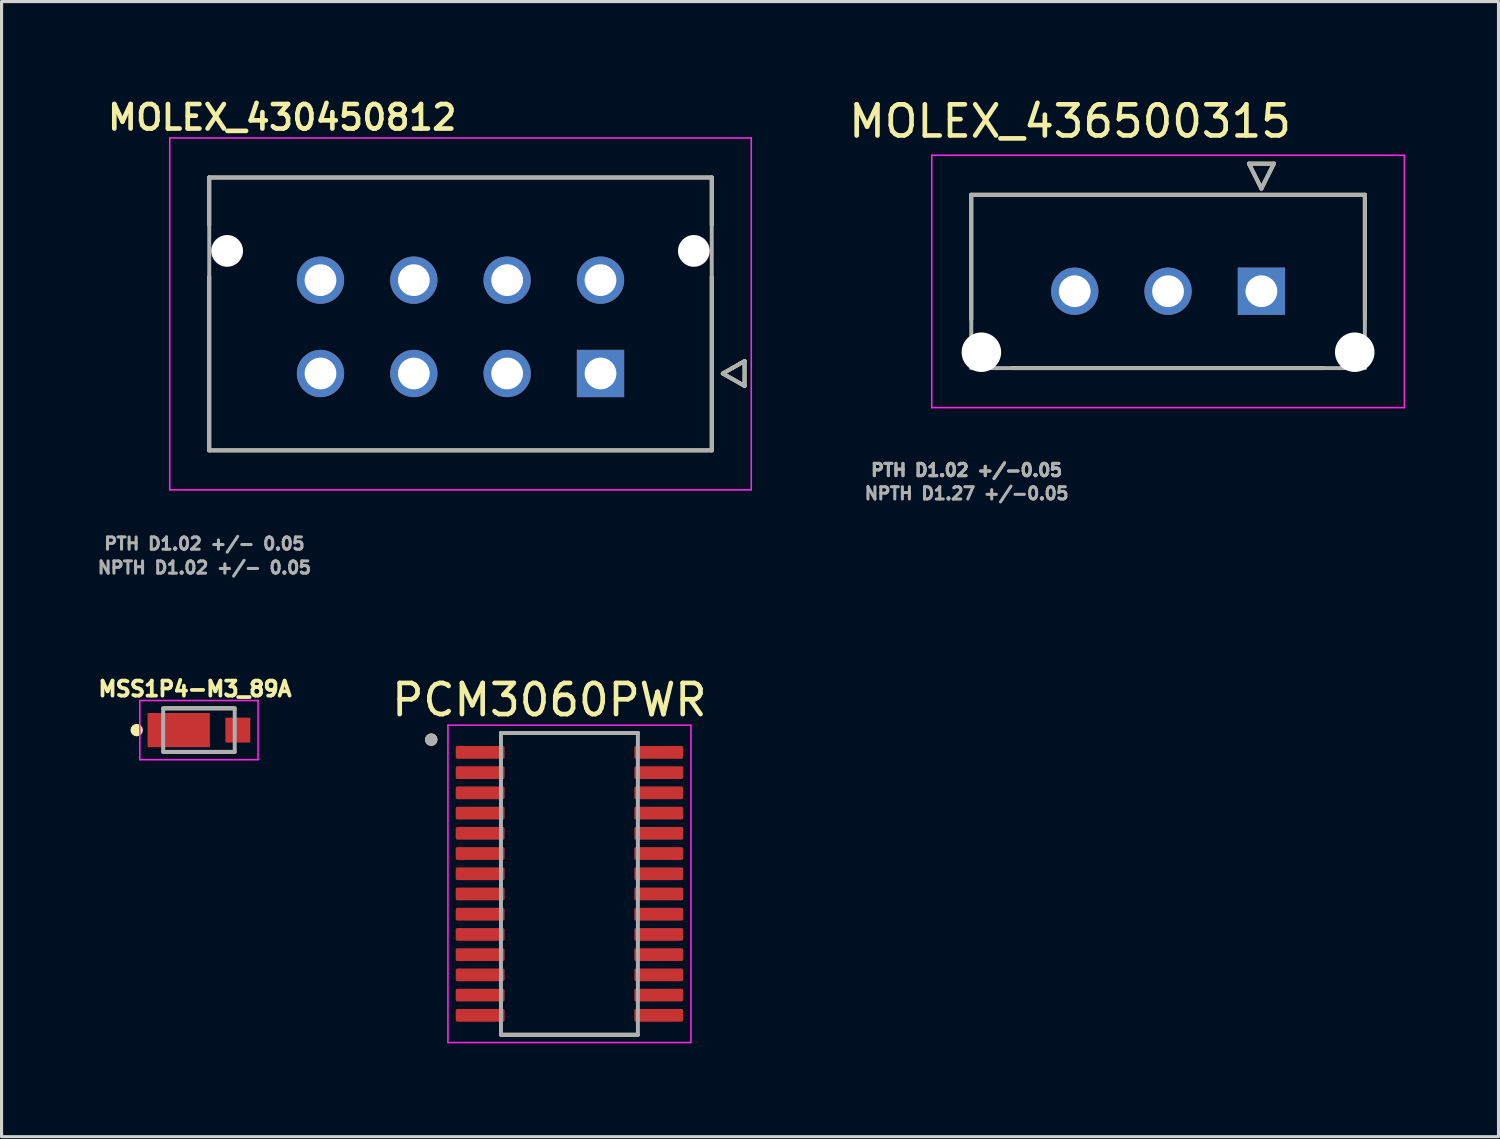
<source format=kicad_pcb>
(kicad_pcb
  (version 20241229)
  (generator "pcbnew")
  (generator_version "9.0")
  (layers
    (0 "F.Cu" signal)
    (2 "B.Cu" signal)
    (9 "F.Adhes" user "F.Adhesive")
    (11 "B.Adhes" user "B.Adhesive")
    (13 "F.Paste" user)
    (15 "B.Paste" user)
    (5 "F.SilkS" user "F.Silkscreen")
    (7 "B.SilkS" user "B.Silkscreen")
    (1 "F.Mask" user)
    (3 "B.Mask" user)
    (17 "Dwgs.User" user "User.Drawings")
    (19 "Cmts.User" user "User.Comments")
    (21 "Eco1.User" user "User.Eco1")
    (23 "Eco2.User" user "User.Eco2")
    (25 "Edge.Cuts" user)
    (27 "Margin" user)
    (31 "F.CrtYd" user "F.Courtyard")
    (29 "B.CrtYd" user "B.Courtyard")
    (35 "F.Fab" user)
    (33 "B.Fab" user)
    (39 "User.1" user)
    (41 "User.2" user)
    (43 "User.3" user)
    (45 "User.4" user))
  (footprint "MSS1P4-M3_89A"
    (layer "F.Cu")
    (at 3.344 20.415)
    (property "Reference" "MSS1P4-M3_89A" (at -0.127 -1.325 0) (layer "F.SilkS") (effects (font (size 0.482 0.482) (thickness 0.12))))
    (attr smd)
    (fp_line (start -1.1 -0.7) (end 1.1 -0.7) (stroke (width 0.127) (type solid)) (layer "F.SilkS"))
    (fp_line (start 1.1 0.7) (end -1.1 0.7) (stroke (width 0.127) (type solid)) (layer "F.SilkS"))
    (fp_circle (center -2 0) (end -1.9 0) (stroke (width 0.2) (type solid)) (fill no) (layer "F.SilkS"))
    (fp_line (start -1.9 -0.95) (end 1.9 -0.95) (stroke (width 0.05) (type solid)) (layer "F.CrtYd"))
    (fp_line (start -1.9 0.95) (end -1.9 -0.95) (stroke (width 0.05) (type solid)) (layer "F.CrtYd"))
    (fp_line (start 1.9 -0.95) (end 1.9 0.95) (stroke (width 0.05) (type solid)) (layer "F.CrtYd"))
    (fp_line (start 1.9 0.95) (end -1.9 0.95) (stroke (width 0.05) (type solid)) (layer "F.CrtYd"))
    (fp_line (start -1.15 -0.7) (end 1.15 -0.7) (stroke (width 0.127) (type solid)) (layer "F.Fab"))
    (fp_line (start -1.15 0.7) (end -1.15 -0.7) (stroke (width 0.127) (type solid)) (layer "F.Fab"))
    (fp_line (start 1.15 -0.7) (end 1.15 0.7) (stroke (width 0.127) (type solid)) (layer "F.Fab"))
    (fp_line (start 1.15 0.7) (end -1.15 0.7) (stroke (width 0.127) (type solid)) (layer "F.Fab"))
    (pad "1" smd rect (at -0.65 0) (size 2 1.1) (layers "F.Cu" "F.Mask" "F.Paste"))
    (pad "2" smd rect (at 1.25 0) (size 0.8 0.8) (layers "F.Cu" "F.Mask" "F.Paste")))
  (footprint "MOLEX_436500315"
    (layer "F.Cu")
    (at 37.491 6.31)
    (property "Reference" "MOLEX_436500315" (at -6.15 -5.462 0) (layer "F.SilkS") (effects (font (size 1 1) (thickness 0.15))))
    (attr through_hole)
    (fp_circle (center -9 1.96) (end -8.644 1.96) (stroke (width 0.711) (type solid)) (fill no) (layer "F.Mask"))
    (fp_circle (center -6 0) (end -5.582 0) (stroke (width 0.836) (type solid)) (fill no) (layer "F.Mask"))
    (fp_circle (center -3 0) (end -2.582 0) (stroke (width 0.836) (type solid)) (fill no) (layer "F.Mask"))
    (fp_circle (center 3 1.96) (end 3.356 1.96) (stroke (width 0.711) (type solid)) (fill no) (layer "F.Mask"))
    (fp_poly (pts (xy -0.836 -0.836) (xy 0.836 -0.836) (xy 0.836 0.836) (xy -0.836 0.836)) (stroke (width 0.01) (type solid)) (fill yes) (layer "F.Mask"))
    (fp_circle (center -9 1.96) (end -8.644 1.96) (stroke (width 0.711) (type solid)) (fill no) (layer "B.Mask"))
    (fp_circle (center -6 0) (end -5.582 0) (stroke (width 0.836) (type solid)) (fill no) (layer "B.Mask"))
    (fp_circle (center -3 0) (end -2.582 0) (stroke (width 0.836) (type solid)) (fill no) (layer "B.Mask"))
    (fp_circle (center 3 1.96) (end 3.356 1.96) (stroke (width 0.711) (type solid)) (fill no) (layer "B.Mask"))
    (fp_poly (pts (xy -0.836 -0.836) (xy 0.836 -0.836) (xy 0.836 0.836) (xy -0.836 0.836)) (stroke (width 0.01) (type solid)) (fill yes) (layer "B.Mask"))
    (fp_line (start -9.325 -3.1) (end -9.325 0.9) (stroke (width 0.127) (type solid)) (layer "F.SilkS"))
    (fp_line (start -9.325 -3.1) (end 3.325 -3.1) (stroke (width 0.127) (type solid)) (layer "F.SilkS"))
    (fp_line (start -0.4 -4.1) (end 0.4 -4.1) (stroke (width 0.127) (type solid)) (layer "F.SilkS"))
    (fp_line (start 0 -3.3) (end -0.4 -4.1) (stroke (width 0.127) (type solid)) (layer "F.SilkS"))
    (fp_line (start 0.4 -4.1) (end 0 -3.3) (stroke (width 0.127) (type solid)) (layer "F.SilkS"))
    (fp_line (start 2 2.47) (end -8 2.47) (stroke (width 0.127) (type solid)) (layer "F.SilkS"))
    (fp_line (start 3.325 -3.1) (end 3.325 0.9) (stroke (width 0.127) (type solid)) (layer "F.SilkS"))
    (fp_line (start -10.595 -4.37) (end 4.595 -4.37) (stroke (width 0.05) (type solid)) (layer "F.CrtYd"))
    (fp_line (start -10.595 3.74) (end -10.595 -4.37) (stroke (width 0.05) (type solid)) (layer "F.CrtYd"))
    (fp_line (start 4.595 3.74) (end -10.595 3.74) (stroke (width 0.05) (type solid)) (layer "F.CrtYd"))
    (fp_line (start 4.595 3.74) (end 4.595 -4.37) (stroke (width 0.05) (type solid)) (layer "F.CrtYd"))
    (fp_line (start -9.325 -3.1) (end 3.325 -3.1) (stroke (width 0.127) (type solid)) (layer "F.Fab"))
    (fp_line (start -9.325 2.47) (end -9.325 -3.1) (stroke (width 0.127) (type solid)) (layer "F.Fab"))
    (fp_line (start -0.4 -4.1) (end 0.4 -4.1) (stroke (width 0.127) (type solid)) (layer "F.Fab"))
    (fp_line (start 0 -3.3) (end -0.4 -4.1) (stroke (width 0.127) (type solid)) (layer "F.Fab"))
    (fp_line (start 0.4 -4.1) (end 0 -3.3) (stroke (width 0.127) (type solid)) (layer "F.Fab"))
    (fp_line (start 3.325 2.47) (end -9.325 2.47) (stroke (width 0.127) (type solid)) (layer "F.Fab"))
    (fp_line (start 3.325 2.47) (end 3.325 -3.1) (stroke (width 0.127) (type solid)) (layer "F.Fab"))
    (fp_text user "NPTH D1.27 +/-0.05 " (at -9.325 6.5 0) (layer "F.Fab") (effects (font (size 0.394 0.394) (thickness 0.15))))
    (fp_text user "PTH D1.02 +/-0.05 " (at -9.325 5.75 0) (layer "F.Fab") (effects (font (size 0.394 0.394) (thickness 0.15))))
    (fp_text user "PTH D1.02 +/-0.05 " (at -9.325 5.75 0) (layer "F.Fab") (effects (font (size 0.394 0.394) (thickness 0.15))))
    (pad "" np_thru_hole circle (at -9 1.96) (size 1.27 1.27) (drill 1.27) (layers "*.Cu" "*.Mask"))
    (pad "" np_thru_hole circle (at 3 1.96) (size 1.27 1.27) (drill 1.27) (layers "*.Cu" "*.Mask"))
    (pad "1" thru_hole rect (at 0 0) (size 1.52 1.52) (drill 1.02) (layers "*.Cu"))
    (pad "2" thru_hole circle (at -3 0) (size 1.52 1.52) (drill 1.02) (layers "*.Cu"))
    (pad "3" thru_hole circle (at -6 0) (size 1.52 1.52) (drill 1.02) (layers "*.Cu")))
  (footprint "MOLEX_430450812"
    (layer "F.Cu")
    (at 16.25 8.954)
    (property "Reference" "MOLEX_430450812" (at -10.23 -8.23 0) (layer "F.SilkS") (effects (font (size 0.787 0.787) (thickness 0.15))))
    (attr through_hole)
    (fp_circle (center -12 -3.94) (end -11.707 -3.94) (stroke (width 0.586) (type solid)) (fill no) (layer "F.Mask"))
    (fp_circle (center -9 -3) (end -8.582 -3) (stroke (width 0.836) (type solid)) (fill no) (layer "F.Mask"))
    (fp_circle (center -9 0) (end -8.582 0) (stroke (width 0.836) (type solid)) (fill no) (layer "F.Mask"))
    (fp_circle (center -6 -3) (end -5.582 -3) (stroke (width 0.836) (type solid)) (fill no) (layer "F.Mask"))
    (fp_circle (center -6 0) (end -5.582 0) (stroke (width 0.836) (type solid)) (fill no) (layer "F.Mask"))
    (fp_circle (center -3 -3) (end -2.582 -3) (stroke (width 0.836) (type solid)) (fill no) (layer "F.Mask"))
    (fp_circle (center -3 0) (end -2.582 0) (stroke (width 0.836) (type solid)) (fill no) (layer "F.Mask"))
    (fp_circle (center 0 -3) (end 0.418 -3) (stroke (width 0.836) (type solid)) (fill no) (layer "F.Mask"))
    (fp_circle (center 3 -3.94) (end 3.293 -3.94) (stroke (width 0.586) (type solid)) (fill no) (layer "F.Mask"))
    (fp_poly (pts (xy -0.836 -0.836) (xy 0.836 -0.836) (xy 0.836 0.836) (xy -0.836 0.836)) (stroke (width 0.01) (type solid)) (fill yes) (layer "F.Mask"))
    (fp_circle (center -12 -3.94) (end -11.707 -3.94) (stroke (width 0.586) (type solid)) (fill no) (layer "B.Mask"))
    (fp_circle (center -9 -3) (end -8.582 -3) (stroke (width 0.836) (type solid)) (fill no) (layer "B.Mask"))
    (fp_circle (center -9 0) (end -8.582 0) (stroke (width 0.836) (type solid)) (fill no) (layer "B.Mask"))
    (fp_circle (center -6 -3) (end -5.582 -3) (stroke (width 0.836) (type solid)) (fill no) (layer "B.Mask"))
    (fp_circle (center -6 0) (end -5.582 0) (stroke (width 0.836) (type solid)) (fill no) (layer "B.Mask"))
    (fp_circle (center -3 -3) (end -2.582 -3) (stroke (width 0.836) (type solid)) (fill no) (layer "B.Mask"))
    (fp_circle (center -3 0) (end -2.582 0) (stroke (width 0.836) (type solid)) (fill no) (layer "B.Mask"))
    (fp_circle (center 0 -3) (end 0.418 -3) (stroke (width 0.836) (type solid)) (fill no) (layer "B.Mask"))
    (fp_circle (center 3 -3.94) (end 3.293 -3.94) (stroke (width 0.586) (type solid)) (fill no) (layer "B.Mask"))
    (fp_poly (pts (xy -0.836 -0.836) (xy 0.836 -0.836) (xy 0.836 0.836) (xy -0.836 0.836)) (stroke (width 0.01) (type solid)) (fill yes) (layer "B.Mask"))
    (fp_line (start -12.575 -6.3) (end 3.575 -6.3) (stroke (width 0.127) (type solid)) (layer "F.SilkS"))
    (fp_line (start -12.575 -4.77) (end -12.575 -6.3) (stroke (width 0.127) (type solid)) (layer "F.SilkS"))
    (fp_line (start -12.575 2.47) (end -12.575 -3.11) (stroke (width 0.127) (type solid)) (layer "F.SilkS"))
    (fp_line (start 3.575 -6.3) (end 3.575 -4.77) (stroke (width 0.127) (type solid)) (layer "F.SilkS"))
    (fp_line (start 3.575 -3.11) (end 3.575 2.47) (stroke (width 0.127) (type solid)) (layer "F.SilkS"))
    (fp_line (start 3.575 2.47) (end -12.575 2.47) (stroke (width 0.127) (type solid)) (layer "F.SilkS"))
    (fp_line (start 3.93 0) (end 4.63 0.4) (stroke (width 0.127) (type solid)) (layer "F.SilkS"))
    (fp_line (start 4.63 -0.4) (end 3.93 0) (stroke (width 0.127) (type solid)) (layer "F.SilkS"))
    (fp_line (start 4.63 0.4) (end 4.63 -0.4) (stroke (width 0.127) (type solid)) (layer "F.SilkS"))
    (fp_line (start -13.845 -7.57) (end 4.845 -7.57) (stroke (width 0.05) (type solid)) (layer "F.CrtYd"))
    (fp_line (start -13.845 3.74) (end -13.845 -7.57) (stroke (width 0.05) (type solid)) (layer "F.CrtYd"))
    (fp_line (start 4.845 -7.57) (end 4.845 3.74) (stroke (width 0.05) (type solid)) (layer "F.CrtYd"))
    (fp_line (start 4.845 3.74) (end -13.845 3.74) (stroke (width 0.05) (type solid)) (layer "F.CrtYd"))
    (fp_line (start -12.575 -6.3) (end -12.575 2.47) (stroke (width 0.127) (type solid)) (layer "F.Fab"))
    (fp_line (start -12.575 2.47) (end 3.575 2.47) (stroke (width 0.127) (type solid)) (layer "F.Fab"))
    (fp_line (start 3.575 -6.3) (end -12.575 -6.3) (stroke (width 0.127) (type solid)) (layer "F.Fab"))
    (fp_line (start 3.575 2.47) (end 3.575 -6.3) (stroke (width 0.127) (type solid)) (layer "F.Fab"))
    (fp_line (start 3.93 0) (end 4.63 0.4) (stroke (width 0.127) (type solid)) (layer "F.Fab"))
    (fp_line (start 4.63 -0.4) (end 3.93 0) (stroke (width 0.127) (type solid)) (layer "F.Fab"))
    (fp_line (start 4.63 0.4) (end 4.63 -0.4) (stroke (width 0.127) (type solid)) (layer "F.Fab"))
    (fp_text user "PTH D1.02 +/- 0.05" (at -12.73 5.47 0) (layer "F.Fab") (effects (font (size 0.394 0.394) (thickness 0.15))))
    (fp_text user "NPTH D1.02 +/- 0.05" (at -12.73 6.24 0) (layer "F.Fab") (effects (font (size 0.394 0.394) (thickness 0.15))))
    (pad "" np_thru_hole circle (at -12 -3.94) (size 1.02 1.02) (drill 1.02) (layers "*.Cu" "*.Mask"))
    (pad "" np_thru_hole circle (at 3 -3.94) (size 1.02 1.02) (drill 1.02) (layers "*.Cu" "*.Mask"))
    (pad "1" thru_hole rect (at 0 0) (size 1.52 1.52) (drill 1.02) (layers "*.Cu"))
    (pad "2" thru_hole circle (at -3 0) (size 1.52 1.52) (drill 1.02) (layers "*.Cu"))
    (pad "3" thru_hole circle (at -6 0) (size 1.52 1.52) (drill 1.02) (layers "*.Cu"))
    (pad "4" thru_hole circle (at -9 0) (size 1.52 1.52) (drill 1.02) (layers "*.Cu"))
    (pad "5" thru_hole circle (at 0 -3) (size 1.52 1.52) (drill 1.02) (layers "*.Cu"))
    (pad "6" thru_hole circle (at -3 -3) (size 1.52 1.52) (drill 1.02) (layers "*.Cu"))
    (pad "7" thru_hole circle (at -6 -3) (size 1.52 1.52) (drill 1.02) (layers "*.Cu"))
    (pad "8" thru_hole circle (at -9 -3) (size 1.52 1.52) (drill 1.02) (layers "*.Cu")))
  (footprint "PCM3060PWR"
    (layer "F.Cu")
    (at 15.251 25.357)
    (property "Reference" "PCM3060PWR" (at -0.645 -5.912 0) (layer "F.SilkS") (effects (font (size 1 1) (thickness 0.15))))
    (attr smd)
    (fp_line (start -2.2 -4.85) (end 2.2 -4.85) (stroke (width 0.127) (type solid)) (layer "F.SilkS"))
    (fp_line (start -2.2 4.85) (end 2.2 4.85) (stroke (width 0.127) (type solid)) (layer "F.SilkS"))
    (fp_circle (center -4.44 -4.635) (end -4.34 -4.635) (stroke (width 0.2) (type solid)) (fill no) (layer "F.SilkS"))
    (fp_line (start -3.905 -5.1) (end -3.905 5.1) (stroke (width 0.05) (type solid)) (layer "F.CrtYd"))
    (fp_line (start -3.905 -5.1) (end 3.905 -5.1) (stroke (width 0.05) (type solid)) (layer "F.CrtYd"))
    (fp_line (start -3.905 5.1) (end 3.905 5.1) (stroke (width 0.05) (type solid)) (layer "F.CrtYd"))
    (fp_line (start 3.905 -5.1) (end 3.905 5.1) (stroke (width 0.05) (type solid)) (layer "F.CrtYd"))
    (fp_line (start -2.2 -4.85) (end -2.2 4.85) (stroke (width 0.127) (type solid)) (layer "F.Fab"))
    (fp_line (start -2.2 -4.85) (end 2.2 -4.85) (stroke (width 0.127) (type solid)) (layer "F.Fab"))
    (fp_line (start -2.2 4.85) (end 2.2 4.85) (stroke (width 0.127) (type solid)) (layer "F.Fab"))
    (fp_line (start 2.2 -4.85) (end 2.2 4.85) (stroke (width 0.127) (type solid)) (layer "F.Fab"))
    (fp_circle (center -4.44 -4.635) (end -4.34 -4.635) (stroke (width 0.2) (type solid)) (fill no) (layer "F.Fab"))
    (pad "1" smd roundrect (at -2.87 -4.225) (size 1.57 0.41) (layers "F.Cu" "F.Mask" "F.Paste") (roundrect_rratio 0.125))
    (pad "2" smd roundrect (at -2.87 -3.575) (size 1.57 0.41) (layers "F.Cu" "F.Mask" "F.Paste") (roundrect_rratio 0.125))
    (pad "3" smd roundrect (at -2.87 -2.925) (size 1.57 0.41) (layers "F.Cu" "F.Mask" "F.Paste") (roundrect_rratio 0.125))
    (pad "4" smd roundrect (at -2.87 -2.275) (size 1.57 0.41) (layers "F.Cu" "F.Mask" "F.Paste") (roundrect_rratio 0.125))
    (pad "5" smd roundrect (at -2.87 -1.625) (size 1.57 0.41) (layers "F.Cu" "F.Mask" "F.Paste") (roundrect_rratio 0.125))
    (pad "6" smd roundrect (at -2.87 -0.975) (size 1.57 0.41) (layers "F.Cu" "F.Mask" "F.Paste") (roundrect_rratio 0.125))
    (pad "7" smd roundrect (at -2.87 -0.325) (size 1.57 0.41) (layers "F.Cu" "F.Mask" "F.Paste") (roundrect_rratio 0.125))
    (pad "8" smd roundrect (at -2.87 0.325) (size 1.57 0.41) (layers "F.Cu" "F.Mask" "F.Paste") (roundrect_rratio 0.125))
    (pad "9" smd roundrect (at -2.87 0.975) (size 1.57 0.41) (layers "F.Cu" "F.Mask" "F.Paste") (roundrect_rratio 0.125))
    (pad "10" smd roundrect (at -2.87 1.625) (size 1.57 0.41) (layers "F.Cu" "F.Mask" "F.Paste") (roundrect_rratio 0.125))
    (pad "11" smd roundrect (at -2.87 2.275) (size 1.57 0.41) (layers "F.Cu" "F.Mask" "F.Paste") (roundrect_rratio 0.125))
    (pad "12" smd roundrect (at -2.87 2.925) (size 1.57 0.41) (layers "F.Cu" "F.Mask" "F.Paste") (roundrect_rratio 0.125))
    (pad "13" smd roundrect (at -2.87 3.575) (size 1.57 0.41) (layers "F.Cu" "F.Mask" "F.Paste") (roundrect_rratio 0.125))
    (pad "14" smd roundrect (at -2.87 4.225) (size 1.57 0.41) (layers "F.Cu" "F.Mask" "F.Paste") (roundrect_rratio 0.125))
    (pad "15" smd roundrect (at 2.87 4.225) (size 1.57 0.41) (layers "F.Cu" "F.Mask" "F.Paste") (roundrect_rratio 0.125))
    (pad "16" smd roundrect (at 2.87 3.575) (size 1.57 0.41) (layers "F.Cu" "F.Mask" "F.Paste") (roundrect_rratio 0.125))
    (pad "17" smd roundrect (at 2.87 2.925) (size 1.57 0.41) (layers "F.Cu" "F.Mask" "F.Paste") (roundrect_rratio 0.125))
    (pad "18" smd roundrect (at 2.87 2.275) (size 1.57 0.41) (layers "F.Cu" "F.Mask" "F.Paste") (roundrect_rratio 0.125))
    (pad "19" smd roundrect (at 2.87 1.625) (size 1.57 0.41) (layers "F.Cu" "F.Mask" "F.Paste") (roundrect_rratio 0.125))
    (pad "20" smd roundrect (at 2.87 0.975) (size 1.57 0.41) (layers "F.Cu" "F.Mask" "F.Paste") (roundrect_rratio 0.125))
    (pad "21" smd roundrect (at 2.87 0.325) (size 1.57 0.41) (layers "F.Cu" "F.Mask" "F.Paste") (roundrect_rratio 0.125))
    (pad "22" smd roundrect (at 2.87 -0.325) (size 1.57 0.41) (layers "F.Cu" "F.Mask" "F.Paste") (roundrect_rratio 0.125))
    (pad "23" smd roundrect (at 2.87 -0.975) (size 1.57 0.41) (layers "F.Cu" "F.Mask" "F.Paste") (roundrect_rratio 0.125))
    (pad "24" smd roundrect (at 2.87 -1.625) (size 1.57 0.41) (layers "F.Cu" "F.Mask" "F.Paste") (roundrect_rratio 0.125))
    (pad "25" smd roundrect (at 2.87 -2.275) (size 1.57 0.41) (layers "F.Cu" "F.Mask" "F.Paste") (roundrect_rratio 0.125))
    (pad "26" smd roundrect (at 2.87 -2.925) (size 1.57 0.41) (layers "F.Cu" "F.Mask" "F.Paste") (roundrect_rratio 0.125))
    (pad "27" smd roundrect (at 2.87 -3.575) (size 1.57 0.41) (layers "F.Cu" "F.Mask" "F.Paste") (roundrect_rratio 0.125))
    (pad "28" smd roundrect (at 2.87 -4.225) (size 1.57 0.41) (layers "F.Cu" "F.Mask" "F.Paste") (roundrect_rratio 0.125)))
  (gr_rect
    (start -3 -3)
    (end 45.111 33.482)
    (stroke (width 0.1) (type default))
    (fill no)
    (layer "Edge.Cuts")))
</source>
